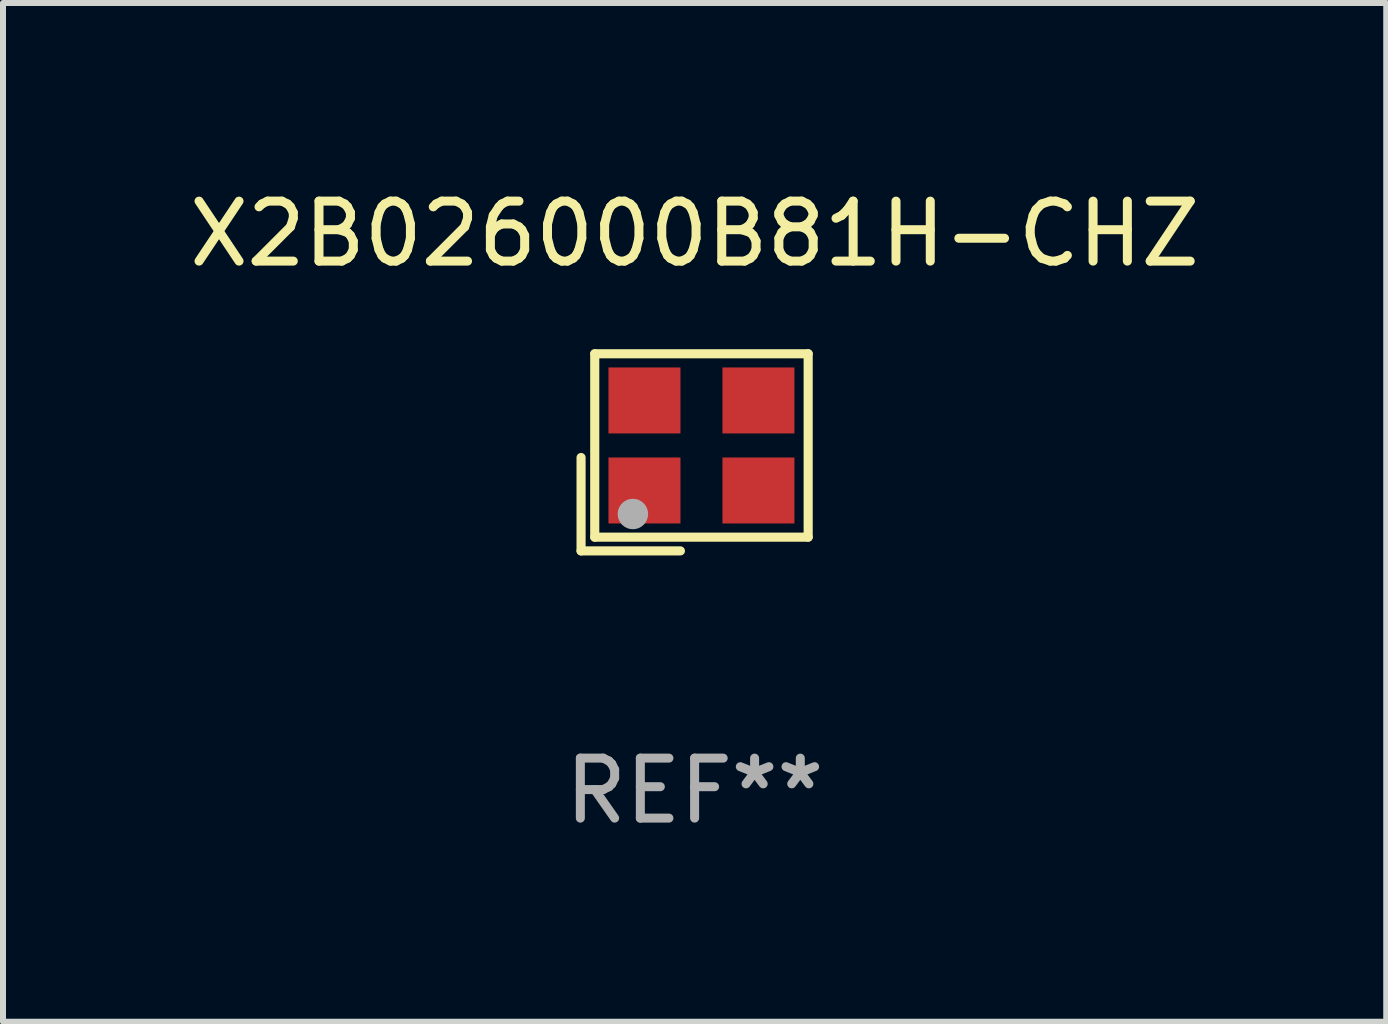
<source format=kicad_pcb>
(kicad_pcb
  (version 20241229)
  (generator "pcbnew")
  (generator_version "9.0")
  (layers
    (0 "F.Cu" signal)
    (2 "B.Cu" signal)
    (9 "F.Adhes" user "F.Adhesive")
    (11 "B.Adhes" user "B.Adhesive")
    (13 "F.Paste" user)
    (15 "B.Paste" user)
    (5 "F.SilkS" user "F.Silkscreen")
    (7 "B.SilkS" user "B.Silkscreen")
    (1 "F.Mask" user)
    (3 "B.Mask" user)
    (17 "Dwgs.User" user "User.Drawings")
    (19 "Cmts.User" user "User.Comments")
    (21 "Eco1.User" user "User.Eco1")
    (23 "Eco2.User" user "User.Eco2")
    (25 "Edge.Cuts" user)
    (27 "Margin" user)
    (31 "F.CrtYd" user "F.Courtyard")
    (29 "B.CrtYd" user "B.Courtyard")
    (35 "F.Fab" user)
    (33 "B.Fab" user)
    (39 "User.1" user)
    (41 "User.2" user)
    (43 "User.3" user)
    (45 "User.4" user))
  (footprint "X2B026000B81H-CHZ"
    (layer "F.Cu")
    (at 8.53 4.491)
    (property "Reference" "X2B026000B81H-CHZ" (at 0 -3.643 0) (layer "F.SilkS") (effects (font (size 1 1) (thickness 0.15))))
    (attr through_hole)
    (fp_line (start -1.893 0.086) (end -1.893 1.643) (stroke (width 0.152) (type solid)) (layer "F.SilkS"))
    (fp_line (start -1.893 1.643) (end -0.237 1.643) (stroke (width 0.152) (type solid)) (layer "F.SilkS"))
    (fp_line (start -1.665 -1.643) (end 1.893 -1.643) (stroke (width 0.152) (type solid)) (layer "F.SilkS"))
    (fp_line (start -1.665 1.414) (end -1.665 -1.643) (stroke (width 0.152) (type solid)) (layer "F.SilkS"))
    (fp_line (start 1.893 -1.643) (end 1.893 1.414) (stroke (width 0.152) (type solid)) (layer "F.SilkS"))
    (fp_line (start 1.893 1.414) (end -1.665 1.414) (stroke (width 0.152) (type solid)) (layer "F.SilkS"))
    (fp_circle (center -1.136 0.885) (end -1.106 0.885) (stroke (width 0.06) (type solid)) (fill no) (layer "F.SilkS"))
    (fp_circle (center -1.029 1.028) (end -0.902 1.028) (stroke (width 0.254) (type solid)) (fill no) (layer "F.Fab"))
    (fp_text user "REF**" (at 0 5.643 0) (layer "F.Fab") (effects (font (size 1 1) (thickness 0.15))))
    (pad "1" smd rect (at -0.836 0.636) (size 1.2 1.1) (layers "F.Cu" "F.Mask" "F.Paste"))
    (pad "2" smd rect (at 1.064 0.636) (size 1.2 1.1) (layers "F.Cu" "F.Mask" "F.Paste"))
    (pad "3" smd rect (at 1.064 -0.865) (size 1.2 1.1) (layers "F.Cu" "F.Mask" "F.Paste"))
    (pad "4" smd rect (at -0.836 -0.865) (size 1.2 1.1) (layers "F.Cu" "F.Mask" "F.Paste")))
  (gr_rect
    (start -3 -3)
    (end 20.06 13.983)
    (stroke (width 0.1) (type default))
    (fill no)
    (layer "Edge.Cuts")))
</source>
